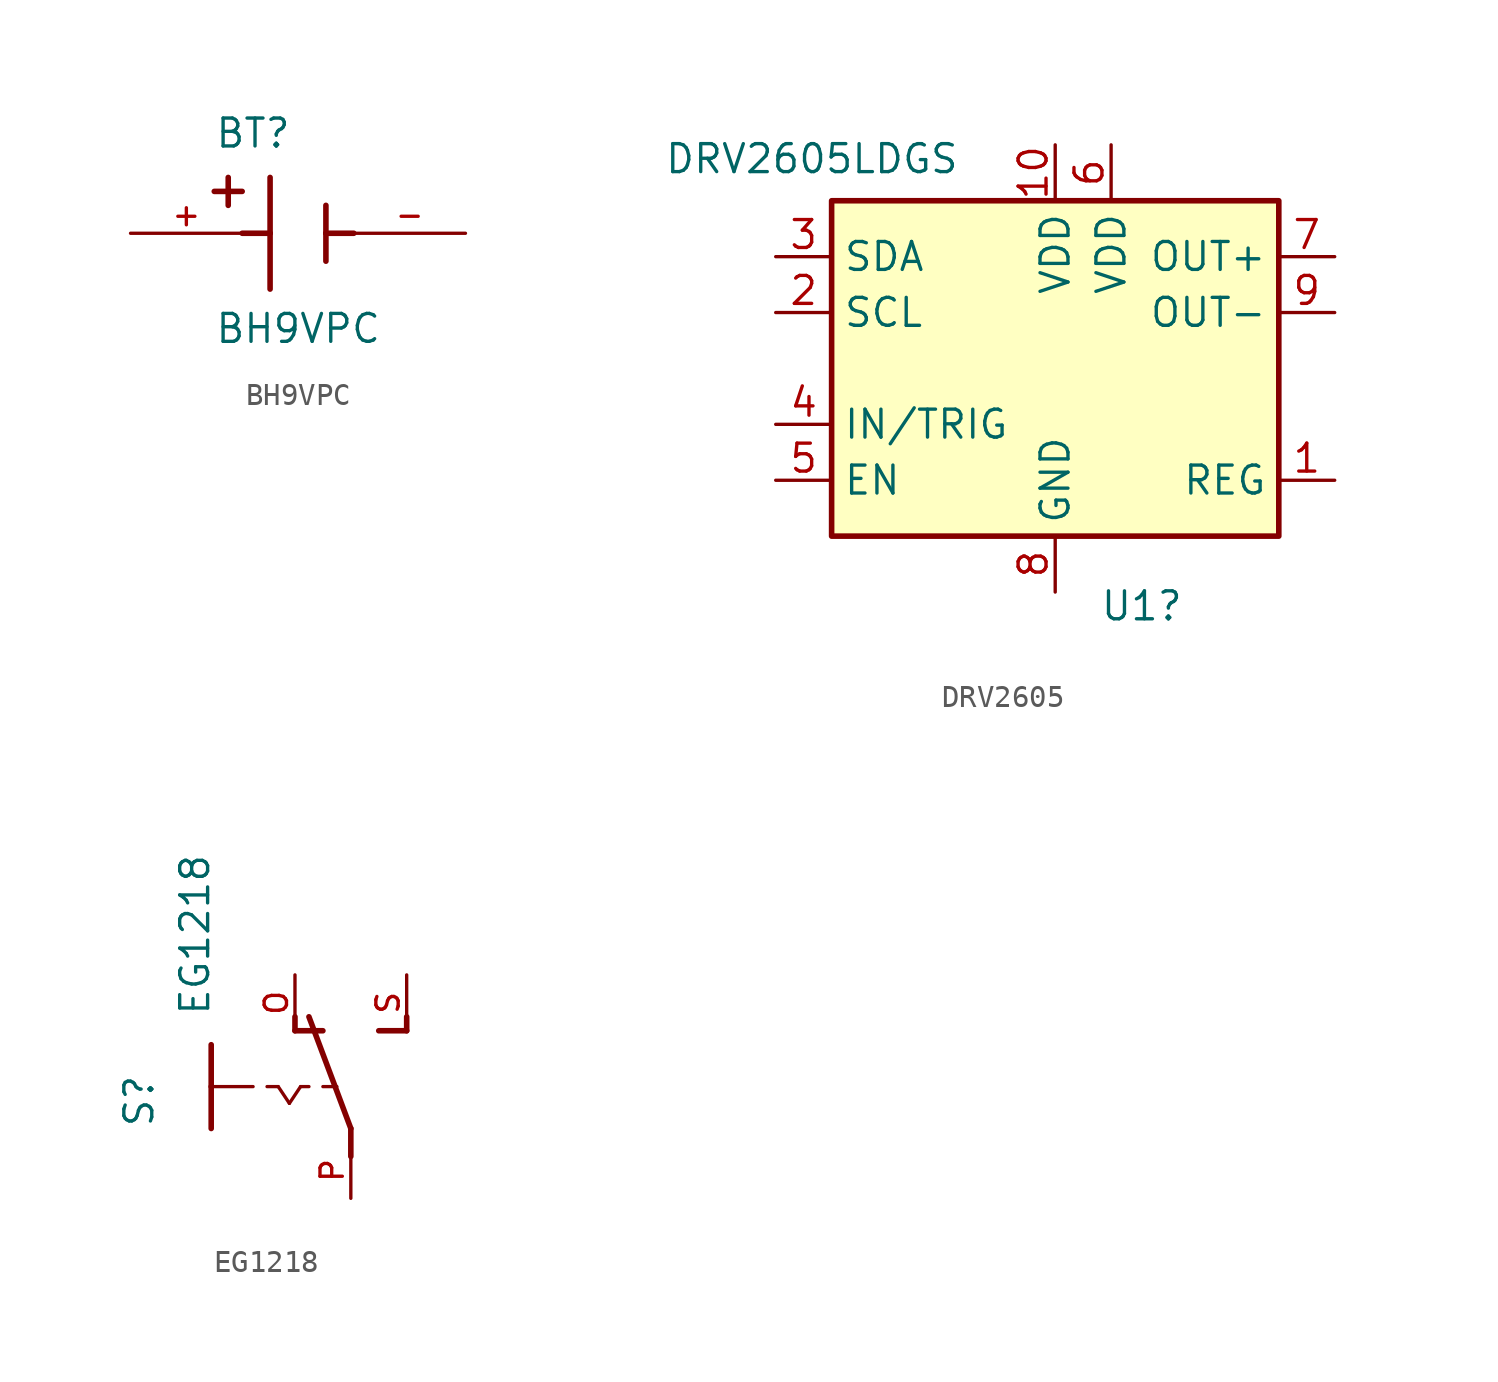
<source format=kicad_sym>
(kicad_symbol_lib
  (version 20241209)
  (generator "kicad_symbol_editor")
  (generator_version "9.0")
  (symbol "BH9VPC"
    (pin_names
      (offset 1.016))
    (property "Reference" "BT"
      (at -3.81 3.81 0)
      (effects (font (size 1.27 1.27)) (justify left bottom)))
    (property "Value" "BH9VPC"
      (at -3.81 -5.08 0)
      (effects (font (size 1.27 1.27)) (justify left bottom)))
    (symbol "BH9VPC_0_0"
      (polyline (pts (xy -3.81 1.905) (xy -2.54 1.905)) (stroke (width 0.254) (type default)) (fill (type none)))
      (polyline (pts (xy -3.175 2.54) (xy -3.175 1.27)) (stroke (width 0.254) (type default)) (fill (type none)))
      (polyline (pts (xy -1.27 2.54) (xy -1.27 0)) (stroke (width 0.254) (type default)) (fill (type none)))
      (polyline (pts (xy -1.27 0) (xy -2.54 0)) (stroke (width 0.254) (type default)) (fill (type none)))
      (polyline (pts (xy -1.27 0) (xy -1.27 -2.54)) (stroke (width 0.254) (type default)) (fill (type none)))
      (polyline (pts (xy 1.27 1.27) (xy 1.27 0)) (stroke (width 0.254) (type default)) (fill (type none)))
      (polyline (pts (xy 1.27 0) (xy 1.27 -1.27)) (stroke (width 0.254) (type default)) (fill (type none)))
      (polyline (pts (xy 1.27 0) (xy 2.54 0)) (stroke (width 0.254) (type default)) (fill (type none)))
      (pin passive line (at -7.62 0 0) (length 5.08) (name "~" (effects (font (size 1.016 1.016)))) (number "+" (effects (font (size 1.016 1.016)))))
      (pin passive line (at 7.62 0 180) (length 5.08) (name "~" (effects (font (size 1.016 1.016)))) (number "-" (effects (font (size 1.016 1.016)))))))
  (symbol "DRV2605"
    (property "Reference" "U1"
      (at 2.019 -10.795 0)
      (effects (font (size 1.27 1.27)) (justify left)))
    (property "Value" "DRV2605LDGS"
      (at -17.78 9.525 0)
      (effects (font (size 1.27 1.27)) (justify left)))
    (symbol "DRV2605_0_1"
      (rectangle (start -10.16 7.62) (end 10.16 -7.62) (stroke (width 0.254) (type default)) (fill (type background))))
    (symbol "DRV2605_1_1"
      (pin bidirectional line (at -12.7 5.08 0) (length 2.54) (name "SDA" (effects (font (size 1.27 1.27)))) (number "3" (effects (font (size 1.27 1.27)))))
      (pin input line (at -12.7 2.54 0) (length 2.54) (name "SCL" (effects (font (size 1.27 1.27)))) (number "2" (effects (font (size 1.27 1.27)))))
      (pin input line (at -12.7 -2.54 0) (length 2.54) (name "IN/TRIG" (effects (font (size 1.27 1.27)))) (number "4" (effects (font (size 1.27 1.27)))))
      (pin input line (at -12.7 -5.08 0) (length 2.54) (name "EN" (effects (font (size 1.27 1.27)))) (number "5" (effects (font (size 1.27 1.27)))))
      (pin power_in line (at 0 10.16 270) (length 2.54) (name "VDD" (effects (font (size 1.27 1.27)))) (number "10" (effects (font (size 1.27 1.27)))))
      (pin power_in line (at 0 -10.16 90) (length 2.54) (name "GND" (effects (font (size 1.27 1.27)))) (number "8" (effects (font (size 1.27 1.27)))))
      (pin power_in line (at 2.54 10.16 270) (length 2.54) (name "VDD" (effects (font (size 1.27 1.27)))) (number "6" (effects (font (size 1.27 1.27)))))
      (pin output line (at 12.7 5.08 180) (length 2.54) (name "OUT+" (effects (font (size 1.27 1.27)))) (number "7" (effects (font (size 1.27 1.27)))))
      (pin output line (at 12.7 2.54 180) (length 2.54) (name "OUT-" (effects (font (size 1.27 1.27)))) (number "9" (effects (font (size 1.27 1.27)))))
      (pin passive line (at 12.7 -5.08 180) (length 2.54) (name "REG" (effects (font (size 1.27 1.27)))) (number "1" (effects (font (size 1.27 1.27)))))))
  (symbol "EG1218"
    (pin_names
      (offset 1.016))
    (property "Reference" "S"
      (at -6.35 -1.905 90)
      (effects (font (size 1.27 1.27)) (justify left bottom)))
    (property "Value" "EG1218"
      (at -3.81 3.175 90)
      (effects (font (size 1.27 1.27)) (justify left bottom)))
    (symbol "EG1218_0_0"
      (polyline (pts (xy -3.81 1.905) (xy -3.81 0)) (stroke (width 0.254) (type default)) (fill (type none)))
      (polyline (pts (xy -3.81 0) (xy -3.81 -1.905)) (stroke (width 0.254) (type default)) (fill (type none)))
      (polyline (pts (xy -3.81 0) (xy -1.905 0)) (stroke (width 0.152) (type default)) (fill (type none)))
      (polyline (pts (xy -1.27 0) (xy -0.762 0)) (stroke (width 0.152) (type default)) (fill (type none)))
      (polyline (pts (xy -0.762 0) (xy -0.254 -0.762)) (stroke (width 0.152) (type default)) (fill (type none)))
      (polyline (pts (xy -0.254 -0.762) (xy 0.254 0)) (stroke (width 0.152) (type default)) (fill (type none)))
      (polyline (pts (xy 0 2.54) (xy 0 3.175)) (stroke (width 0.254) (type default)) (fill (type none)))
      (polyline (pts (xy 0 2.54) (xy 1.27 2.54)) (stroke (width 0.254) (type default)) (fill (type none)))
      (polyline (pts (xy 0.254 0) (xy 0.635 0)) (stroke (width 0.152) (type default)) (fill (type none)))
      (polyline (pts (xy 1.27 0) (xy 1.905 0)) (stroke (width 0.152) (type default)) (fill (type none)))
      (polyline (pts (xy 2.54 -1.905) (xy 0.635 3.175)) (stroke (width 0.254) (type default)) (fill (type none)))
      (polyline (pts (xy 2.54 -3.175) (xy 2.54 -1.905)) (stroke (width 0.254) (type default)) (fill (type none)))
      (polyline (pts (xy 3.81 2.54) (xy 5.08 2.54)) (stroke (width 0.254) (type default)) (fill (type none)))
      (polyline (pts (xy 5.08 2.54) (xy 5.08 3.175)) (stroke (width 0.254) (type default)) (fill (type none)))
      (pin passive line (at 0 5.08 270) (length 2.54) (name "~" (effects (font (size 1.016 1.016)))) (number "O" (effects (font (size 1.016 1.016)))))
      (pin passive line (at 2.54 -5.08 90) (length 2.54) (name "~" (effects (font (size 1.016 1.016)))) (number "P" (effects (font (size 1.016 1.016)))))
      (pin passive line (at 5.08 5.08 270) (length 2.54) (name "~" (effects (font (size 1.016 1.016)))) (number "S" (effects (font (size 1.016 1.016))))))))
</source>
